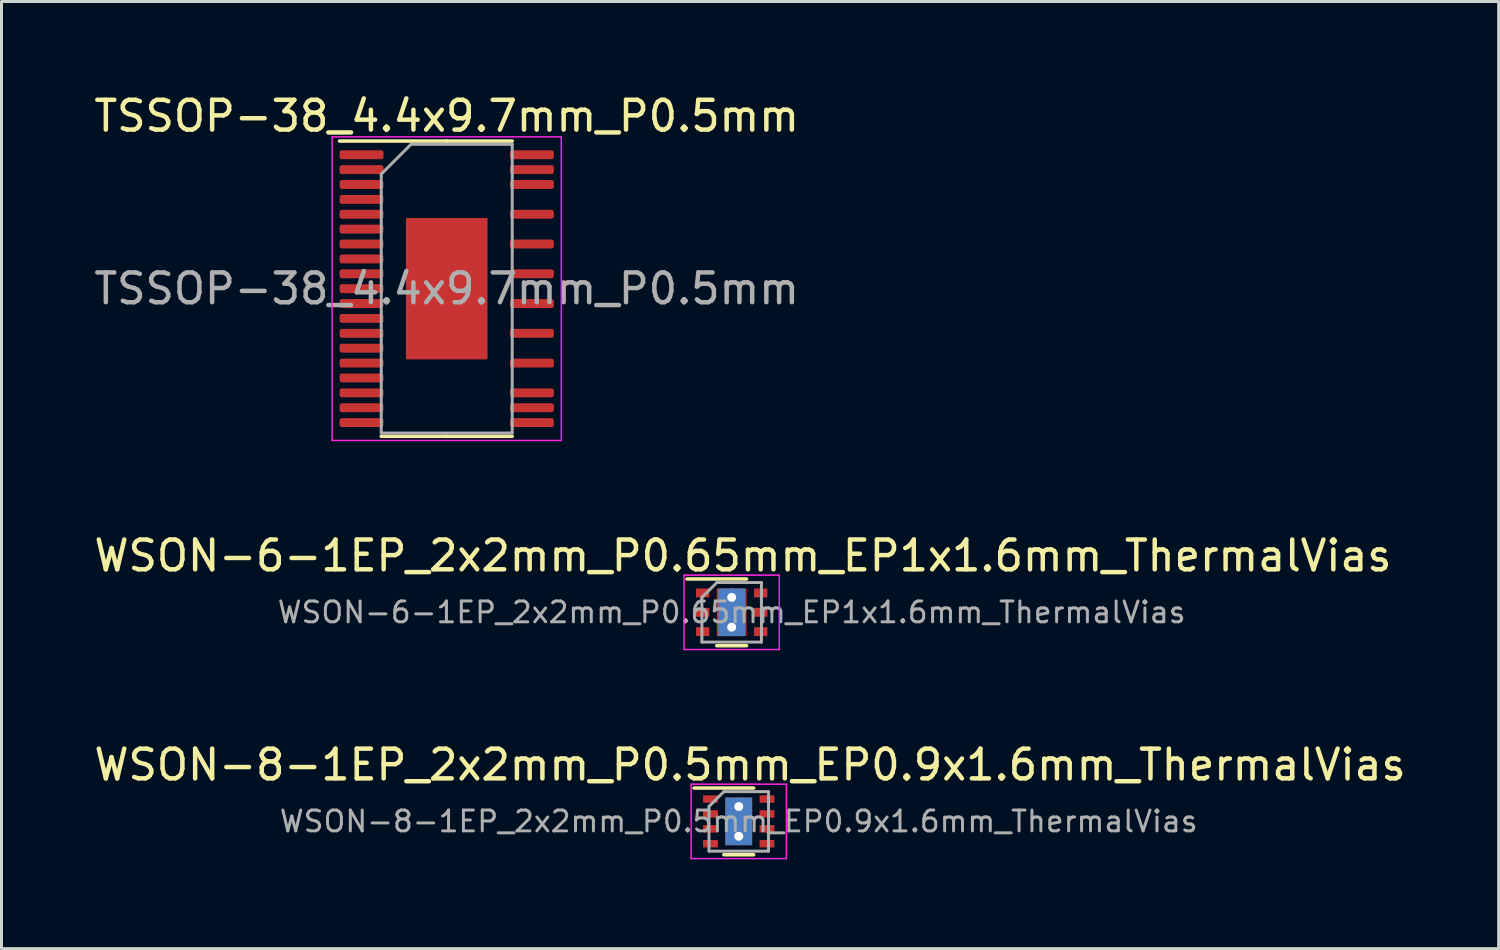
<source format=kicad_pcb>
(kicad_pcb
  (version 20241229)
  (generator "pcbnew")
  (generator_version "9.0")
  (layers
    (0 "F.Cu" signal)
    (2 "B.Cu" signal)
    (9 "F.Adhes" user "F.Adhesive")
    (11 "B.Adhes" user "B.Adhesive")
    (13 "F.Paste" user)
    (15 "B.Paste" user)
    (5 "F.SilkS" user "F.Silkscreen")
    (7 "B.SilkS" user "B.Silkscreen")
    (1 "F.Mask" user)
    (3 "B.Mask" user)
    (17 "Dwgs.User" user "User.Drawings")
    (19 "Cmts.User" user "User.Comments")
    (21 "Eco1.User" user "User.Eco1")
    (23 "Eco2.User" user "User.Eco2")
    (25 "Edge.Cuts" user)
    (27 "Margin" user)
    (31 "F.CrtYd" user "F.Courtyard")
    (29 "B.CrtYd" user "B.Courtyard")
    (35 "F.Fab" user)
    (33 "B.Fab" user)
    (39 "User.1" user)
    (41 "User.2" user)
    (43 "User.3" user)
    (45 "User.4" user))
  (footprint "TSSOP-38_4.4x9.7mm_P0.5mm"
    (layer "F.Cu")
    (at 11.958 6.648)
    (property "Reference" "TSSOP-38_4.4x9.7mm_P0.5mm" (at 0 -5.8 0) (layer "F.SilkS") (effects (font (size 1 1) (thickness 0.15))))
    (attr smd)
    (fp_line (start 0 -4.96) (end -3.6 -4.96) (stroke (width 0.12) (type solid)) (layer "F.SilkS"))
    (fp_line (start 0 -4.96) (end 2.2 -4.96) (stroke (width 0.12) (type solid)) (layer "F.SilkS"))
    (fp_line (start 0 4.96) (end -2.2 4.96) (stroke (width 0.12) (type solid)) (layer "F.SilkS"))
    (fp_line (start 0 4.96) (end 2.2 4.96) (stroke (width 0.12) (type solid)) (layer "F.SilkS"))
    (fp_line (start -3.85 -5.1) (end -3.85 5.1) (stroke (width 0.05) (type solid)) (layer "F.CrtYd"))
    (fp_line (start -3.85 5.1) (end 3.85 5.1) (stroke (width 0.05) (type solid)) (layer "F.CrtYd"))
    (fp_line (start 3.85 -5.1) (end -3.85 -5.1) (stroke (width 0.05) (type solid)) (layer "F.CrtYd"))
    (fp_line (start 3.85 5.1) (end 3.85 -5.1) (stroke (width 0.05) (type solid)) (layer "F.CrtYd"))
    (fp_line (start -2.2 -3.85) (end -1.2 -4.85) (stroke (width 0.1) (type solid)) (layer "F.Fab"))
    (fp_line (start -2.2 4.85) (end -2.2 -3.85) (stroke (width 0.1) (type solid)) (layer "F.Fab"))
    (fp_line (start -1.2 -4.85) (end 2.2 -4.85) (stroke (width 0.1) (type solid)) (layer "F.Fab"))
    (fp_line (start 2.2 -4.85) (end 2.2 4.85) (stroke (width 0.1) (type solid)) (layer "F.Fab"))
    (fp_line (start 2.2 4.85) (end -2.2 4.85) (stroke (width 0.1) (type solid)) (layer "F.Fab"))
    (fp_text user "${REFERENCE}" (at 0 0 0) (layer "F.Fab") (effects (font (size 1 1) (thickness 0.15))))
    (pad "1" smd roundrect (at -2.862 -4.5) (size 1.475 0.3) (layers "F.Cu" "F.Mask" "F.Paste") (roundrect_rratio 0.25))
    (pad "2" smd roundrect (at -2.862 -4) (size 1.475 0.3) (layers "F.Cu" "F.Mask" "F.Paste") (roundrect_rratio 0.25))
    (pad "3" smd roundrect (at -2.862 -3.5) (size 1.475 0.3) (layers "F.Cu" "F.Mask" "F.Paste") (roundrect_rratio 0.25))
    (pad "4" smd roundrect (at -2.862 -3) (size 1.475 0.3) (layers "F.Cu" "F.Mask" "F.Paste") (roundrect_rratio 0.25))
    (pad "5" smd roundrect (at -2.862 -2.5) (size 1.475 0.3) (layers "F.Cu" "F.Mask" "F.Paste") (roundrect_rratio 0.25))
    (pad "6" smd roundrect (at -2.862 -2) (size 1.475 0.3) (layers "F.Cu" "F.Mask" "F.Paste") (roundrect_rratio 0.25))
    (pad "7" smd roundrect (at -2.862 -1.5) (size 1.475 0.3) (layers "F.Cu" "F.Mask" "F.Paste") (roundrect_rratio 0.25))
    (pad "8" smd roundrect (at -2.862 -1) (size 1.475 0.3) (layers "F.Cu" "F.Mask" "F.Paste") (roundrect_rratio 0.25))
    (pad "9" smd roundrect (at -2.862 -0.5) (size 1.475 0.3) (layers "F.Cu" "F.Mask" "F.Paste") (roundrect_rratio 0.25))
    (pad "10" smd roundrect (at -2.862 0) (size 1.475 0.3) (layers "F.Cu" "F.Mask" "F.Paste") (roundrect_rratio 0.25))
    (pad "11" smd roundrect (at -2.862 0.5) (size 1.475 0.3) (layers "F.Cu" "F.Mask" "F.Paste") (roundrect_rratio 0.25))
    (pad "12" smd roundrect (at -2.862 1) (size 1.475 0.3) (layers "F.Cu" "F.Mask" "F.Paste") (roundrect_rratio 0.25))
    (pad "13" smd roundrect (at -2.862 1.5) (size 1.475 0.3) (layers "F.Cu" "F.Mask" "F.Paste") (roundrect_rratio 0.25))
    (pad "14" smd roundrect (at -2.862 2) (size 1.475 0.3) (layers "F.Cu" "F.Mask" "F.Paste") (roundrect_rratio 0.25))
    (pad "15" smd roundrect (at -2.862 2.5) (size 1.475 0.3) (layers "F.Cu" "F.Mask" "F.Paste") (roundrect_rratio 0.25))
    (pad "16" smd roundrect (at -2.862 3) (size 1.475 0.3) (layers "F.Cu" "F.Mask" "F.Paste") (roundrect_rratio 0.25))
    (pad "17" smd roundrect (at -2.862 3.5) (size 1.475 0.3) (layers "F.Cu" "F.Mask" "F.Paste") (roundrect_rratio 0.25))
    (pad "18" smd roundrect (at -2.862 4) (size 1.475 0.3) (layers "F.Cu" "F.Mask" "F.Paste") (roundrect_rratio 0.25))
    (pad "19" smd roundrect (at -2.862 4.5) (size 1.475 0.3) (layers "F.Cu" "F.Mask" "F.Paste") (roundrect_rratio 0.25))
    (pad "20" smd roundrect (at 2.862 4.5) (size 1.475 0.3) (layers "F.Cu" "F.Mask" "F.Paste") (roundrect_rratio 0.25))
    (pad "21" smd roundrect (at 2.862 4) (size 1.475 0.3) (layers "F.Cu" "F.Mask" "F.Paste") (roundrect_rratio 0.25))
    (pad "22" smd roundrect (at 2.862 3.5) (size 1.475 0.3) (layers "F.Cu" "F.Mask" "F.Paste") (roundrect_rratio 0.25))
    (pad "24" smd roundrect (at 2.862 2.5) (size 1.475 0.3) (layers "F.Cu" "F.Mask" "F.Paste") (roundrect_rratio 0.25))
    (pad "26" smd roundrect (at 2.862 1.5) (size 1.475 0.3) (layers "F.Cu" "F.Mask" "F.Paste") (roundrect_rratio 0.25))
    (pad "28" smd roundrect (at 2.862 0.5) (size 1.475 0.3) (layers "F.Cu" "F.Mask" "F.Paste") (roundrect_rratio 0.25))
    (pad "30" smd roundrect (at 2.862 -0.5) (size 1.475 0.3) (layers "F.Cu" "F.Mask" "F.Paste") (roundrect_rratio 0.25))
    (pad "32" smd roundrect (at 2.862 -1.5) (size 1.475 0.3) (layers "F.Cu" "F.Mask" "F.Paste") (roundrect_rratio 0.25))
    (pad "34" smd roundrect (at 2.862 -2.5) (size 1.475 0.3) (layers "F.Cu" "F.Mask" "F.Paste") (roundrect_rratio 0.25))
    (pad "36" smd roundrect (at 2.862 -3.5) (size 1.475 0.3) (layers "F.Cu" "F.Mask" "F.Paste") (roundrect_rratio 0.25))
    (pad "37" smd roundrect (at 2.862 -4) (size 1.475 0.3) (layers "F.Cu" "F.Mask" "F.Paste") (roundrect_rratio 0.25))
    (pad "38" smd roundrect (at 2.862 -4.5) (size 1.475 0.3) (layers "F.Cu" "F.Mask" "F.Paste") (roundrect_rratio 0.25))
    (pad "39" smd rect (at 0 0) (size 2.74 4.75) (layers "F.Cu" "F.Mask" "F.Paste")))
  (footprint "WSON-8-1EP_2x2mm_P0.5mm_EP0.9x1.6mm_ThermalVias"
    (layer "F.Cu")
    (at 21.769 24.545)
    (property "Reference" "WSON-8-1EP_2x2mm_P0.5mm_EP0.9x1.6mm_ThermalVias" (at 0.38 -1.9 0) (layer "F.SilkS") (effects (font (size 1 1) (thickness 0.15))))
    (attr smd)
    (fp_line (start -1.5 -1.12) (end 0.5 -1.12) (stroke (width 0.12) (type solid)) (layer "F.SilkS"))
    (fp_line (start 0.5 1.12) (end -0.5 1.12) (stroke (width 0.12) (type solid)) (layer "F.SilkS"))
    (fp_line (start -1.6 -1.25) (end -1.6 1.25) (stroke (width 0.05) (type solid)) (layer "F.CrtYd"))
    (fp_line (start -1.6 -1.25) (end 1.6 -1.25) (stroke (width 0.05) (type solid)) (layer "F.CrtYd"))
    (fp_line (start -1.6 1.25) (end 1.6 1.25) (stroke (width 0.05) (type solid)) (layer "F.CrtYd"))
    (fp_line (start 1.6 -1.25) (end 1.6 1.25) (stroke (width 0.05) (type solid)) (layer "F.CrtYd"))
    (fp_line (start -1 1) (end -1 -0.5) (stroke (width 0.1) (type solid)) (layer "F.Fab"))
    (fp_line (start -0.5 -1) (end -1 -0.5) (stroke (width 0.1) (type solid)) (layer "F.Fab"))
    (fp_line (start -0.5 -1) (end 1 -1) (stroke (width 0.1) (type solid)) (layer "F.Fab"))
    (fp_line (start 1 -1) (end 1 1) (stroke (width 0.1) (type solid)) (layer "F.Fab"))
    (fp_line (start 1 1) (end -1 1) (stroke (width 0.1) (type solid)) (layer "F.Fab"))
    (fp_text user "${REFERENCE}" (at 0 0 0) (layer "F.Fab") (effects (font (size 0.7 0.7) (thickness 0.1))))
    (pad "" smd rect (at 0 -0.4) (size 0.75 0.65) (layers "F.Paste"))
    (pad "" smd rect (at 0 0.4) (size 0.75 0.65) (layers "F.Paste"))
    (pad "1" smd rect (at -0.95 -0.75) (size 0.5 0.25) (layers "F.Cu" "F.Mask" "F.Paste"))
    (pad "2" smd rect (at -0.95 -0.25) (size 0.5 0.25) (layers "F.Cu" "F.Mask" "F.Paste"))
    (pad "3" smd rect (at -0.95 0.25) (size 0.5 0.25) (layers "F.Cu" "F.Mask" "F.Paste"))
    (pad "4" smd rect (at -0.95 0.75) (size 0.5 0.25) (layers "F.Cu" "F.Mask" "F.Paste"))
    (pad "5" smd rect (at 0.95 0.75) (size 0.5 0.25) (layers "F.Cu" "F.Mask" "F.Paste"))
    (pad "6" smd rect (at 0.95 0.25) (size 0.5 0.25) (layers "F.Cu" "F.Mask" "F.Paste"))
    (pad "7" smd rect (at 0.95 -0.25) (size 0.5 0.25) (layers "F.Cu" "F.Mask" "F.Paste"))
    (pad "8" smd rect (at 0.95 -0.75) (size 0.5 0.25) (layers "F.Cu" "F.Mask" "F.Paste"))
    (pad "9" thru_hole circle (at 0 -0.5) (size 0.6 0.6) (drill 0.3) (layers "*.Cu"))
    (pad "9" smd rect (at 0 0) (size 0.9 1.6) (layers "F.Cu" "F.Mask"))
    (pad "9" smd rect (at 0 0) (size 0.9 1.6) (layers "B.Cu"))
    (pad "9" thru_hole circle (at 0 0.5) (size 0.6 0.6) (drill 0.3) (layers "*.Cu")))
  (footprint "WSON-6-1EP_2x2mm_P0.65mm_EP1x1.6mm_ThermalVias"
    (layer "F.Cu")
    (at 21.531 17.521)
    (property "Reference" "WSON-6-1EP_2x2mm_P0.65mm_EP1x1.6mm_ThermalVias" (at 0.38 -1.9 0) (layer "F.SilkS") (effects (font (size 1 1) (thickness 0.15))))
    (attr smd)
    (fp_line (start -1.5 -1.12) (end 0.5 -1.12) (stroke (width 0.12) (type solid)) (layer "F.SilkS"))
    (fp_line (start 0.5 1.12) (end -0.5 1.12) (stroke (width 0.12) (type solid)) (layer "F.SilkS"))
    (fp_line (start -1.6 -1.25) (end -1.6 1.25) (stroke (width 0.05) (type solid)) (layer "F.CrtYd"))
    (fp_line (start -1.6 -1.25) (end 1.6 -1.25) (stroke (width 0.05) (type solid)) (layer "F.CrtYd"))
    (fp_line (start -1.6 1.25) (end 1.6 1.25) (stroke (width 0.05) (type solid)) (layer "F.CrtYd"))
    (fp_line (start 1.6 -1.25) (end 1.6 1.25) (stroke (width 0.05) (type solid)) (layer "F.CrtYd"))
    (fp_line (start -1 1) (end -1 -0.5) (stroke (width 0.1) (type solid)) (layer "F.Fab"))
    (fp_line (start -0.5 -1) (end -1 -0.5) (stroke (width 0.1) (type solid)) (layer "F.Fab"))
    (fp_line (start -0.5 -1) (end 1 -1) (stroke (width 0.1) (type solid)) (layer "F.Fab"))
    (fp_line (start 1 -1) (end 1 1) (stroke (width 0.1) (type solid)) (layer "F.Fab"))
    (fp_line (start 1 1) (end -1 1) (stroke (width 0.1) (type solid)) (layer "F.Fab"))
    (fp_text user "${REFERENCE}" (at 0 0 0) (layer "F.Fab") (effects (font (size 0.7 0.7) (thickness 0.1))))
    (pad "" smd rect (at 0 -0.4) (size 0.75 0.65) (layers "F.Paste"))
    (pad "" smd rect (at 0 0.4) (size 0.75 0.65) (layers "F.Paste"))
    (pad "1" smd rect (at -0.975 -0.65) (size 0.45 0.3) (layers "F.Cu" "F.Mask" "F.Paste"))
    (pad "2" smd rect (at -0.975 0) (size 0.45 0.3) (layers "F.Cu" "F.Mask" "F.Paste"))
    (pad "3" smd rect (at -0.975 0.65) (size 0.45 0.3) (layers "F.Cu" "F.Mask" "F.Paste"))
    (pad "4" smd rect (at 0.975 0.65) (size 0.45 0.3) (layers "F.Cu" "F.Mask" "F.Paste"))
    (pad "5" smd rect (at 0.975 0) (size 0.45 0.3) (layers "F.Cu" "F.Mask" "F.Paste"))
    (pad "6" smd rect (at 0.975 -0.65) (size 0.45 0.3) (layers "F.Cu" "F.Mask" "F.Paste"))
    (pad "7" thru_hole circle (at 0 -0.5) (size 0.6 0.6) (drill 0.3) (layers "*.Cu"))
    (pad "7" smd rect (at 0 0) (size 1 1.6) (layers "F.Cu" "F.Mask"))
    (pad "7" thru_hole circle (at 0 0.5) (size 0.6 0.6) (drill 0.3) (layers "*.Cu"))
    (pad "9" smd rect (at 0 0) (size 0.9 1.6) (layers "B.Cu")))
  (gr_rect
    (start -3 -3)
    (end 47.298 28.82)
    (stroke (width 0.1) (type default))
    (fill no)
    (layer "Edge.Cuts")))
</source>
